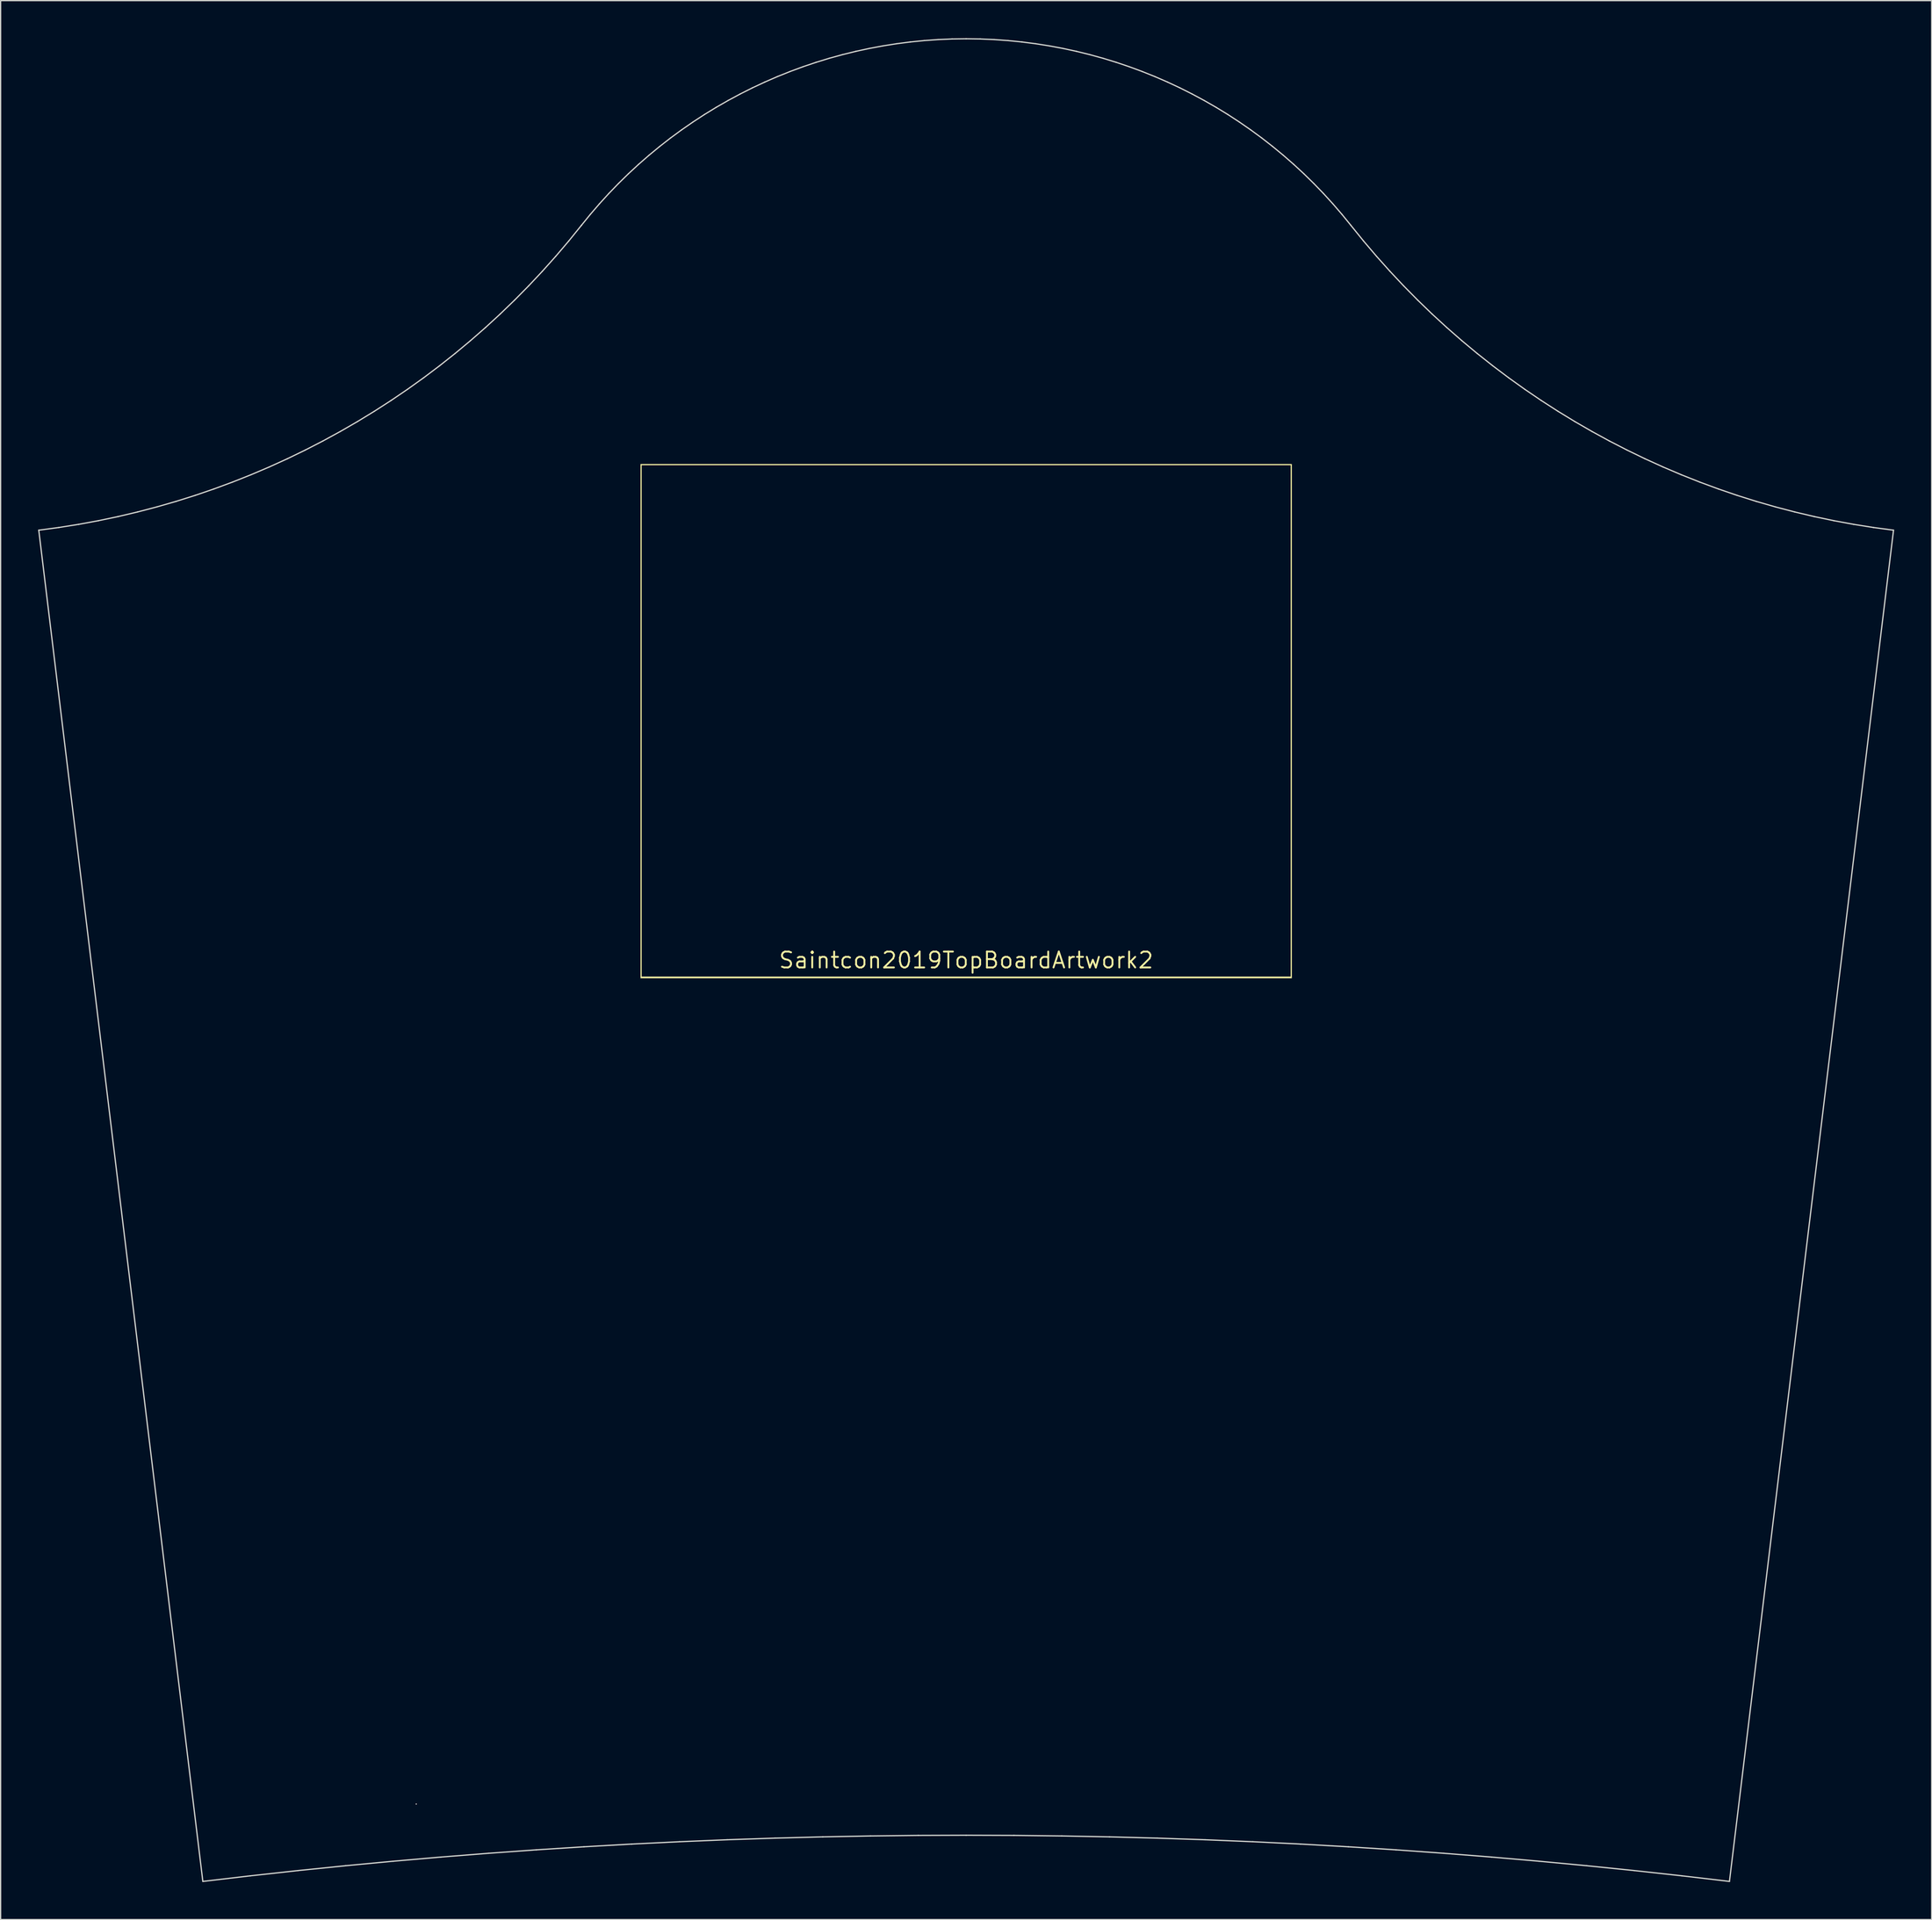
<source format=kicad_pcb>
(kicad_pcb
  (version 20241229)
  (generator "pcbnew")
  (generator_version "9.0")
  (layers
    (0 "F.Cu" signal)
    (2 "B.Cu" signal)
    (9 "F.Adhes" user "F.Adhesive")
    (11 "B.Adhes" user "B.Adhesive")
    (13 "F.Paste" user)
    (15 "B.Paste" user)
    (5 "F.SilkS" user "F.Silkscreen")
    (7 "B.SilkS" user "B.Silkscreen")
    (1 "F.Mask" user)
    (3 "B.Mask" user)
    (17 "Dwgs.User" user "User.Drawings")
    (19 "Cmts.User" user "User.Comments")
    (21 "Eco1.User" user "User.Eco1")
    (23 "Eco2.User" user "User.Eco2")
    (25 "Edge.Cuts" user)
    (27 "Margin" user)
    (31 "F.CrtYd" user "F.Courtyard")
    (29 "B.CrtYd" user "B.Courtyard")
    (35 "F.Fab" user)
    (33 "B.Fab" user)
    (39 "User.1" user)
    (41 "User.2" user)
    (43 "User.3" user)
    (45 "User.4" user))
  (footprint "Saintcon2019TopBoardArtwork2"
    (layer "F.Cu")
    (at 74.203 73.728)
    (property "Reference" "Saintcon2019TopBoardArtwork2" (at 0 0 0) (layer "F.SilkS") (effects (font (size 1.27 1.27) (thickness 0.15))))
    (attr smd)
    (fp_poly (pts (xy 26.035 1.439) (xy -26.035 1.439) (xy -26.035 -39.582) (xy -25.95 -39.582) (xy -25.95 1.312) (xy 25.95 1.312) (xy 25.95 -39.582) (xy -25.95 -39.582) (xy -26.035 -39.582) (xy -26.035 -39.666) (xy 26.035 -39.666) (xy 26.035 1.439)) (stroke (width 0.01) (type solid)) (fill yes) (layer "F.SilkS"))
    (fp_line (start -74.153 -34.384) (end -61.034 73.661) (stroke (width 0.1) (type solid)) (layer "Edge.Cuts"))
    (fp_line (start -72.553 -34.598) (end -74.153 -34.384) (stroke (width 0.1) (type solid)) (layer "Edge.Cuts"))
    (fp_line (start -70.962 -34.852) (end -72.553 -34.598) (stroke (width 0.1) (type solid)) (layer "Edge.Cuts"))
    (fp_line (start -69.382 -35.143) (end -70.962 -34.852) (stroke (width 0.1) (type solid)) (layer "Edge.Cuts"))
    (fp_line (start -67.812 -35.473) (end -69.382 -35.143) (stroke (width 0.1) (type solid)) (layer "Edge.Cuts"))
    (fp_line (start -66.254 -35.841) (end -67.812 -35.473) (stroke (width 0.1) (type solid)) (layer "Edge.Cuts"))
    (fp_line (start -64.708 -36.246) (end -66.254 -35.841) (stroke (width 0.1) (type solid)) (layer "Edge.Cuts"))
    (fp_line (start -63.174 -36.688) (end -64.708 -36.246) (stroke (width 0.1) (type solid)) (layer "Edge.Cuts"))
    (fp_line (start -61.653 -37.166) (end -63.174 -36.688) (stroke (width 0.1) (type solid)) (layer "Edge.Cuts"))
    (fp_line (start -61.034 73.661) (end -57.232 73.214) (stroke (width 0.1) (type solid)) (layer "Edge.Cuts"))
    (fp_line (start -60.147 -37.682) (end -61.653 -37.166) (stroke (width 0.1) (type solid)) (layer "Edge.Cuts"))
    (fp_line (start -58.655 -38.233) (end -60.147 -37.682) (stroke (width 0.1) (type solid)) (layer "Edge.Cuts"))
    (fp_line (start -57.232 73.214) (end -53.428 72.795) (stroke (width 0.1) (type solid)) (layer "Edge.Cuts"))
    (fp_line (start -57.178 -38.82) (end -58.655 -38.233) (stroke (width 0.1) (type solid)) (layer "Edge.Cuts"))
    (fp_line (start -55.717 -39.442) (end -57.178 -38.82) (stroke (width 0.1) (type solid)) (layer "Edge.Cuts"))
    (fp_line (start -54.272 -40.099) (end -55.717 -39.442) (stroke (width 0.1) (type solid)) (layer "Edge.Cuts"))
    (fp_line (start -53.428 72.795) (end -49.621 72.406) (stroke (width 0.1) (type solid)) (layer "Edge.Cuts"))
    (fp_line (start -52.844 -40.791) (end -54.272 -40.099) (stroke (width 0.1) (type solid)) (layer "Edge.Cuts"))
    (fp_line (start -51.434 -41.517) (end -52.844 -40.791) (stroke (width 0.1) (type solid)) (layer "Edge.Cuts"))
    (fp_line (start -50.042 -42.277) (end -51.434 -41.517) (stroke (width 0.1) (type solid)) (layer "Edge.Cuts"))
    (fp_line (start -49.621 72.406) (end -45.812 72.046) (stroke (width 0.1) (type solid)) (layer "Edge.Cuts"))
    (fp_line (start -48.669 -43.07) (end -50.042 -42.277) (stroke (width 0.1) (type solid)) (layer "Edge.Cuts"))
    (fp_line (start -47.315 -43.897) (end -48.669 -43.07) (stroke (width 0.1) (type solid)) (layer "Edge.Cuts"))
    (fp_line (start -45.981 -44.757) (end -47.315 -43.897) (stroke (width 0.1) (type solid)) (layer "Edge.Cuts"))
    (fp_line (start -45.812 72.046) (end -42.001 71.714) (stroke (width 0.1) (type solid)) (layer "Edge.Cuts"))
    (fp_line (start -44.669 -45.649) (end -45.981 -44.757) (stroke (width 0.1) (type solid)) (layer "Edge.Cuts"))
    (fp_line (start -43.97 67.473) (end -43.97 67.473) (stroke (width 0.1) (type solid)) (layer "Edge.Cuts"))
    (fp_line (start -43.377 -46.573) (end -44.669 -45.649) (stroke (width 0.1) (type solid)) (layer "Edge.Cuts"))
    (fp_line (start -42.108 -47.529) (end -43.377 -46.573) (stroke (width 0.1) (type solid)) (layer "Edge.Cuts"))
    (fp_line (start -42.001 71.714) (end -38.189 71.411) (stroke (width 0.1) (type solid)) (layer "Edge.Cuts"))
    (fp_line (start -40.861 -48.517) (end -42.108 -47.529) (stroke (width 0.1) (type solid)) (layer "Edge.Cuts"))
    (fp_line (start -39.637 -49.536) (end -40.861 -48.517) (stroke (width 0.1) (type solid)) (layer "Edge.Cuts"))
    (fp_line (start -38.437 -50.585) (end -39.637 -49.536) (stroke (width 0.1) (type solid)) (layer "Edge.Cuts"))
    (fp_line (start -38.189 71.411) (end -34.375 71.137) (stroke (width 0.1) (type solid)) (layer "Edge.Cuts"))
    (fp_line (start -37.262 -51.665) (end -38.437 -50.585) (stroke (width 0.1) (type solid)) (layer "Edge.Cuts"))
    (fp_line (start -36.112 -52.775) (end -37.262 -51.665) (stroke (width 0.1) (type solid)) (layer "Edge.Cuts"))
    (fp_line (start -34.987 -53.915) (end -36.112 -52.775) (stroke (width 0.1) (type solid)) (layer "Edge.Cuts"))
    (fp_line (start -34.375 71.137) (end -30.559 70.892) (stroke (width 0.1) (type solid)) (layer "Edge.Cuts"))
    (fp_line (start -33.889 -55.084) (end -34.987 -53.915) (stroke (width 0.1) (type solid)) (layer "Edge.Cuts"))
    (fp_line (start -32.818 -56.282) (end -33.889 -55.084) (stroke (width 0.1) (type solid)) (layer "Edge.Cuts"))
    (fp_line (start -31.774 -57.509) (end -32.818 -56.282) (stroke (width 0.1) (type solid)) (layer "Edge.Cuts"))
    (fp_line (start -30.759 -58.764) (end -31.774 -57.509) (stroke (width 0.1) (type solid)) (layer "Edge.Cuts"))
    (fp_line (start -30.759 -58.764) (end -30.759 -58.764) (stroke (width 0.1) (type solid)) (layer "Edge.Cuts"))
    (fp_line (start -30.759 -58.764) (end -30.759 -58.764) (stroke (width 0.1) (type solid)) (layer "Edge.Cuts"))
    (fp_line (start -30.559 70.892) (end -26.742 70.675) (stroke (width 0.1) (type solid)) (layer "Edge.Cuts"))
    (fp_line (start -30.051 -59.635) (end -30.759 -58.764) (stroke (width 0.1) (type solid)) (layer "Edge.Cuts"))
    (fp_line (start -29.321 -60.483) (end -30.051 -59.635) (stroke (width 0.1) (type solid)) (layer "Edge.Cuts"))
    (fp_line (start -28.569 -61.308) (end -29.321 -60.483) (stroke (width 0.1) (type solid)) (layer "Edge.Cuts"))
    (fp_line (start -27.796 -62.109) (end -28.569 -61.308) (stroke (width 0.1) (type solid)) (layer "Edge.Cuts"))
    (fp_line (start -27.003 -62.885) (end -27.796 -62.109) (stroke (width 0.1) (type solid)) (layer "Edge.Cuts"))
    (fp_line (start -26.742 70.675) (end -22.924 70.488) (stroke (width 0.1) (type solid)) (layer "Edge.Cuts"))
    (fp_line (start -26.189 -63.638) (end -27.003 -62.885) (stroke (width 0.1) (type solid)) (layer "Edge.Cuts"))
    (fp_line (start -25.357 -64.365) (end -26.189 -63.638) (stroke (width 0.1) (type solid)) (layer "Edge.Cuts"))
    (fp_line (start -24.505 -65.067) (end -25.357 -64.365) (stroke (width 0.1) (type solid)) (layer "Edge.Cuts"))
    (fp_line (start -23.636 -65.745) (end -24.505 -65.067) (stroke (width 0.1) (type solid)) (layer "Edge.Cuts"))
    (fp_line (start -22.924 70.488) (end -19.105 70.329) (stroke (width 0.1) (type solid)) (layer "Edge.Cuts"))
    (fp_line (start -22.749 -66.396) (end -23.636 -65.745) (stroke (width 0.1) (type solid)) (layer "Edge.Cuts"))
    (fp_line (start -21.845 -67.022) (end -22.749 -66.396) (stroke (width 0.1) (type solid)) (layer "Edge.Cuts"))
    (fp_line (start -20.925 -67.622) (end -21.845 -67.022) (stroke (width 0.1) (type solid)) (layer "Edge.Cuts"))
    (fp_line (start -19.989 -68.195) (end -20.925 -67.622) (stroke (width 0.1) (type solid)) (layer "Edge.Cuts"))
    (fp_line (start -19.105 70.329) (end -15.285 70.2) (stroke (width 0.1) (type solid)) (layer "Edge.Cuts"))
    (fp_line (start -19.037 -68.741) (end -19.989 -68.195) (stroke (width 0.1) (type solid)) (layer "Edge.Cuts"))
    (fp_line (start -18.072 -69.26) (end -19.037 -68.741) (stroke (width 0.1) (type solid)) (layer "Edge.Cuts"))
    (fp_line (start -17.092 -69.753) (end -18.072 -69.26) (stroke (width 0.1) (type solid)) (layer "Edge.Cuts"))
    (fp_line (start -16.099 -70.217) (end -17.092 -69.753) (stroke (width 0.1) (type solid)) (layer "Edge.Cuts"))
    (fp_line (start -15.285 70.2) (end -11.464 70.099) (stroke (width 0.1) (type solid)) (layer "Edge.Cuts"))
    (fp_line (start -15.093 -70.654) (end -16.099 -70.217) (stroke (width 0.1) (type solid)) (layer "Edge.Cuts"))
    (fp_line (start -14.075 -71.062) (end -15.093 -70.654) (stroke (width 0.1) (type solid)) (layer "Edge.Cuts"))
    (fp_line (start -13.045 -71.442) (end -14.075 -71.062) (stroke (width 0.1) (type solid)) (layer "Edge.Cuts"))
    (fp_line (start -12.004 -71.793) (end -13.045 -71.442) (stroke (width 0.1) (type solid)) (layer "Edge.Cuts"))
    (fp_line (start -11.464 70.099) (end -7.643 70.027) (stroke (width 0.1) (type solid)) (layer "Edge.Cuts"))
    (fp_line (start -10.953 -72.116) (end -12.004 -71.793) (stroke (width 0.1) (type solid)) (layer "Edge.Cuts"))
    (fp_line (start -9.892 -72.408) (end -10.953 -72.116) (stroke (width 0.1) (type solid)) (layer "Edge.Cuts"))
    (fp_line (start -8.822 -72.672) (end -9.892 -72.408) (stroke (width 0.1) (type solid)) (layer "Edge.Cuts"))
    (fp_line (start -7.743 -72.905) (end -8.822 -72.672) (stroke (width 0.1) (type solid)) (layer "Edge.Cuts"))
    (fp_line (start -7.643 70.027) (end -3.822 69.983) (stroke (width 0.1) (type solid)) (layer "Edge.Cuts"))
    (fp_line (start -6.656 -73.108) (end -7.743 -72.905) (stroke (width 0.1) (type solid)) (layer "Edge.Cuts"))
    (fp_line (start -5.562 -73.281) (end -6.656 -73.108) (stroke (width 0.1) (type solid)) (layer "Edge.Cuts"))
    (fp_line (start -4.461 -73.423) (end -5.562 -73.281) (stroke (width 0.1) (type solid)) (layer "Edge.Cuts"))
    (fp_line (start -3.822 69.983) (end 0 69.969) (stroke (width 0.1) (type solid)) (layer "Edge.Cuts"))
    (fp_line (start -3.354 -73.534) (end -4.461 -73.423) (stroke (width 0.1) (type solid)) (layer "Edge.Cuts"))
    (fp_line (start -2.241 -73.614) (end -3.354 -73.534) (stroke (width 0.1) (type solid)) (layer "Edge.Cuts"))
    (fp_line (start -1.123 -73.662) (end -2.241 -73.614) (stroke (width 0.1) (type solid)) (layer "Edge.Cuts"))
    (fp_line (start 0 -73.678) (end -1.123 -73.662) (stroke (width 0.1) (type solid)) (layer "Edge.Cuts"))
    (fp_line (start 0 69.969) (end 3.822 69.983) (stroke (width 0.1) (type solid)) (layer "Edge.Cuts"))
    (fp_line (start 1.123 -73.662) (end 0 -73.678) (stroke (width 0.1) (type solid)) (layer "Edge.Cuts"))
    (fp_line (start 2.241 -73.614) (end 1.123 -73.662) (stroke (width 0.1) (type solid)) (layer "Edge.Cuts"))
    (fp_line (start 3.354 -73.534) (end 2.241 -73.614) (stroke (width 0.1) (type solid)) (layer "Edge.Cuts"))
    (fp_line (start 3.822 69.983) (end 7.643 70.027) (stroke (width 0.1) (type solid)) (layer "Edge.Cuts"))
    (fp_line (start 4.461 -73.423) (end 3.354 -73.534) (stroke (width 0.1) (type solid)) (layer "Edge.Cuts"))
    (fp_line (start 5.562 -73.281) (end 4.461 -73.423) (stroke (width 0.1) (type solid)) (layer "Edge.Cuts"))
    (fp_line (start 6.656 -73.108) (end 5.562 -73.281) (stroke (width 0.1) (type solid)) (layer "Edge.Cuts"))
    (fp_line (start 7.643 70.027) (end 11.464 70.099) (stroke (width 0.1) (type solid)) (layer "Edge.Cuts"))
    (fp_line (start 7.743 -72.905) (end 6.656 -73.108) (stroke (width 0.1) (type solid)) (layer "Edge.Cuts"))
    (fp_line (start 8.822 -72.672) (end 7.743 -72.905) (stroke (width 0.1) (type solid)) (layer "Edge.Cuts"))
    (fp_line (start 9.892 -72.408) (end 8.822 -72.672) (stroke (width 0.1) (type solid)) (layer "Edge.Cuts"))
    (fp_line (start 10.953 -72.116) (end 9.892 -72.408) (stroke (width 0.1) (type solid)) (layer "Edge.Cuts"))
    (fp_line (start 11.464 70.099) (end 15.285 70.2) (stroke (width 0.1) (type solid)) (layer "Edge.Cuts"))
    (fp_line (start 12.004 -71.793) (end 10.953 -72.116) (stroke (width 0.1) (type solid)) (layer "Edge.Cuts"))
    (fp_line (start 13.045 -71.442) (end 12.004 -71.793) (stroke (width 0.1) (type solid)) (layer "Edge.Cuts"))
    (fp_line (start 14.075 -71.062) (end 13.045 -71.442) (stroke (width 0.1) (type solid)) (layer "Edge.Cuts"))
    (fp_line (start 15.093 -70.654) (end 14.075 -71.062) (stroke (width 0.1) (type solid)) (layer "Edge.Cuts"))
    (fp_line (start 15.285 70.2) (end 19.105 70.329) (stroke (width 0.1) (type solid)) (layer "Edge.Cuts"))
    (fp_line (start 16.099 -70.217) (end 15.093 -70.654) (stroke (width 0.1) (type solid)) (layer "Edge.Cuts"))
    (fp_line (start 17.092 -69.753) (end 16.099 -70.217) (stroke (width 0.1) (type solid)) (layer "Edge.Cuts"))
    (fp_line (start 18.072 -69.26) (end 17.092 -69.753) (stroke (width 0.1) (type solid)) (layer "Edge.Cuts"))
    (fp_line (start 19.037 -68.741) (end 18.072 -69.26) (stroke (width 0.1) (type solid)) (layer "Edge.Cuts"))
    (fp_line (start 19.105 70.329) (end 22.924 70.488) (stroke (width 0.1) (type solid)) (layer "Edge.Cuts"))
    (fp_line (start 19.989 -68.195) (end 19.037 -68.741) (stroke (width 0.1) (type solid)) (layer "Edge.Cuts"))
    (fp_line (start 20.925 -67.622) (end 19.989 -68.195) (stroke (width 0.1) (type solid)) (layer "Edge.Cuts"))
    (fp_line (start 21.845 -67.022) (end 20.925 -67.622) (stroke (width 0.1) (type solid)) (layer "Edge.Cuts"))
    (fp_line (start 22.749 -66.396) (end 21.845 -67.022) (stroke (width 0.1) (type solid)) (layer "Edge.Cuts"))
    (fp_line (start 22.924 70.488) (end 26.742 70.675) (stroke (width 0.1) (type solid)) (layer "Edge.Cuts"))
    (fp_line (start 23.636 -65.745) (end 22.749 -66.396) (stroke (width 0.1) (type solid)) (layer "Edge.Cuts"))
    (fp_line (start 24.505 -65.067) (end 23.636 -65.745) (stroke (width 0.1) (type solid)) (layer "Edge.Cuts"))
    (fp_line (start 25.357 -64.365) (end 24.505 -65.067) (stroke (width 0.1) (type solid)) (layer "Edge.Cuts"))
    (fp_line (start 26.189 -63.638) (end 25.357 -64.365) (stroke (width 0.1) (type solid)) (layer "Edge.Cuts"))
    (fp_line (start 26.742 70.675) (end 30.559 70.892) (stroke (width 0.1) (type solid)) (layer "Edge.Cuts"))
    (fp_line (start 27.003 -62.885) (end 26.189 -63.638) (stroke (width 0.1) (type solid)) (layer "Edge.Cuts"))
    (fp_line (start 27.796 -62.109) (end 27.003 -62.885) (stroke (width 0.1) (type solid)) (layer "Edge.Cuts"))
    (fp_line (start 28.569 -61.308) (end 27.796 -62.109) (stroke (width 0.1) (type solid)) (layer "Edge.Cuts"))
    (fp_line (start 29.321 -60.483) (end 28.569 -61.308) (stroke (width 0.1) (type solid)) (layer "Edge.Cuts"))
    (fp_line (start 30.051 -59.635) (end 29.321 -60.483) (stroke (width 0.1) (type solid)) (layer "Edge.Cuts"))
    (fp_line (start 30.559 70.892) (end 34.375 71.137) (stroke (width 0.1) (type solid)) (layer "Edge.Cuts"))
    (fp_line (start 30.759 -58.764) (end 30.051 -59.635) (stroke (width 0.1) (type solid)) (layer "Edge.Cuts"))
    (fp_line (start 31.774 -57.509) (end 30.759 -58.764) (stroke (width 0.1) (type solid)) (layer "Edge.Cuts"))
    (fp_line (start 32.818 -56.282) (end 31.774 -57.509) (stroke (width 0.1) (type solid)) (layer "Edge.Cuts"))
    (fp_line (start 33.889 -55.084) (end 32.818 -56.282) (stroke (width 0.1) (type solid)) (layer "Edge.Cuts"))
    (fp_line (start 34.375 71.137) (end 38.189 71.411) (stroke (width 0.1) (type solid)) (layer "Edge.Cuts"))
    (fp_line (start 34.987 -53.915) (end 33.889 -55.084) (stroke (width 0.1) (type solid)) (layer "Edge.Cuts"))
    (fp_line (start 36.112 -52.775) (end 34.987 -53.915) (stroke (width 0.1) (type solid)) (layer "Edge.Cuts"))
    (fp_line (start 37.262 -51.665) (end 36.112 -52.775) (stroke (width 0.1) (type solid)) (layer "Edge.Cuts"))
    (fp_line (start 38.189 71.411) (end 42.001 71.714) (stroke (width 0.1) (type solid)) (layer "Edge.Cuts"))
    (fp_line (start 38.437 -50.585) (end 37.262 -51.665) (stroke (width 0.1) (type solid)) (layer "Edge.Cuts"))
    (fp_line (start 39.637 -49.536) (end 38.437 -50.585) (stroke (width 0.1) (type solid)) (layer "Edge.Cuts"))
    (fp_line (start 40.861 -48.517) (end 39.637 -49.536) (stroke (width 0.1) (type solid)) (layer "Edge.Cuts"))
    (fp_line (start 42.001 71.714) (end 45.812 72.046) (stroke (width 0.1) (type solid)) (layer "Edge.Cuts"))
    (fp_line (start 42.108 -47.529) (end 40.861 -48.517) (stroke (width 0.1) (type solid)) (layer "Edge.Cuts"))
    (fp_line (start 43.377 -46.573) (end 42.108 -47.529) (stroke (width 0.1) (type solid)) (layer "Edge.Cuts"))
    (fp_line (start 44.669 -45.649) (end 43.377 -46.573) (stroke (width 0.1) (type solid)) (layer "Edge.Cuts"))
    (fp_line (start 45.812 72.046) (end 49.621 72.406) (stroke (width 0.1) (type solid)) (layer "Edge.Cuts"))
    (fp_line (start 45.981 -44.757) (end 44.669 -45.649) (stroke (width 0.1) (type solid)) (layer "Edge.Cuts"))
    (fp_line (start 47.315 -43.897) (end 45.981 -44.757) (stroke (width 0.1) (type solid)) (layer "Edge.Cuts"))
    (fp_line (start 48.669 -43.07) (end 47.315 -43.897) (stroke (width 0.1) (type solid)) (layer "Edge.Cuts"))
    (fp_line (start 49.621 72.406) (end 53.428 72.795) (stroke (width 0.1) (type solid)) (layer "Edge.Cuts"))
    (fp_line (start 50.042 -42.277) (end 48.669 -43.07) (stroke (width 0.1) (type solid)) (layer "Edge.Cuts"))
    (fp_line (start 51.434 -41.517) (end 50.042 -42.277) (stroke (width 0.1) (type solid)) (layer "Edge.Cuts"))
    (fp_line (start 52.844 -40.791) (end 51.434 -41.517) (stroke (width 0.1) (type solid)) (layer "Edge.Cuts"))
    (fp_line (start 53.428 72.795) (end 57.232 73.214) (stroke (width 0.1) (type solid)) (layer "Edge.Cuts"))
    (fp_line (start 54.272 -40.099) (end 52.844 -40.791) (stroke (width 0.1) (type solid)) (layer "Edge.Cuts"))
    (fp_line (start 55.717 -39.442) (end 54.272 -40.099) (stroke (width 0.1) (type solid)) (layer "Edge.Cuts"))
    (fp_line (start 57.178 -38.82) (end 55.717 -39.442) (stroke (width 0.1) (type solid)) (layer "Edge.Cuts"))
    (fp_line (start 57.232 73.214) (end 61.034 73.661) (stroke (width 0.1) (type solid)) (layer "Edge.Cuts"))
    (fp_line (start 58.655 -38.233) (end 57.178 -38.82) (stroke (width 0.1) (type solid)) (layer "Edge.Cuts"))
    (fp_line (start 60.147 -37.682) (end 58.655 -38.233) (stroke (width 0.1) (type solid)) (layer "Edge.Cuts"))
    (fp_line (start 61.034 73.661) (end 74.153 -34.384) (stroke (width 0.1) (type solid)) (layer "Edge.Cuts"))
    (fp_line (start 61.653 -37.166) (end 60.147 -37.682) (stroke (width 0.1) (type solid)) (layer "Edge.Cuts"))
    (fp_line (start 63.174 -36.688) (end 61.653 -37.166) (stroke (width 0.1) (type solid)) (layer "Edge.Cuts"))
    (fp_line (start 64.708 -36.246) (end 63.174 -36.688) (stroke (width 0.1) (type solid)) (layer "Edge.Cuts"))
    (fp_line (start 66.254 -35.841) (end 64.708 -36.246) (stroke (width 0.1) (type solid)) (layer "Edge.Cuts"))
    (fp_line (start 67.812 -35.473) (end 66.254 -35.841) (stroke (width 0.1) (type solid)) (layer "Edge.Cuts"))
    (fp_line (start 69.382 -35.143) (end 67.812 -35.473) (stroke (width 0.1) (type solid)) (layer "Edge.Cuts"))
    (fp_line (start 70.962 -34.852) (end 69.382 -35.143) (stroke (width 0.1) (type solid)) (layer "Edge.Cuts"))
    (fp_line (start 72.553 -34.598) (end 70.962 -34.852) (stroke (width 0.1) (type solid)) (layer "Edge.Cuts"))
    (fp_line (start 74.153 -34.384) (end 72.553 -34.598) (stroke (width 0.1) (type solid)) (layer "Edge.Cuts")))
  (gr_rect
    (start -3 -3)
    (end 151.406 150.438)
    (stroke (width 0.1) (type default))
    (fill no)
    (layer "Edge.Cuts")))
</source>
